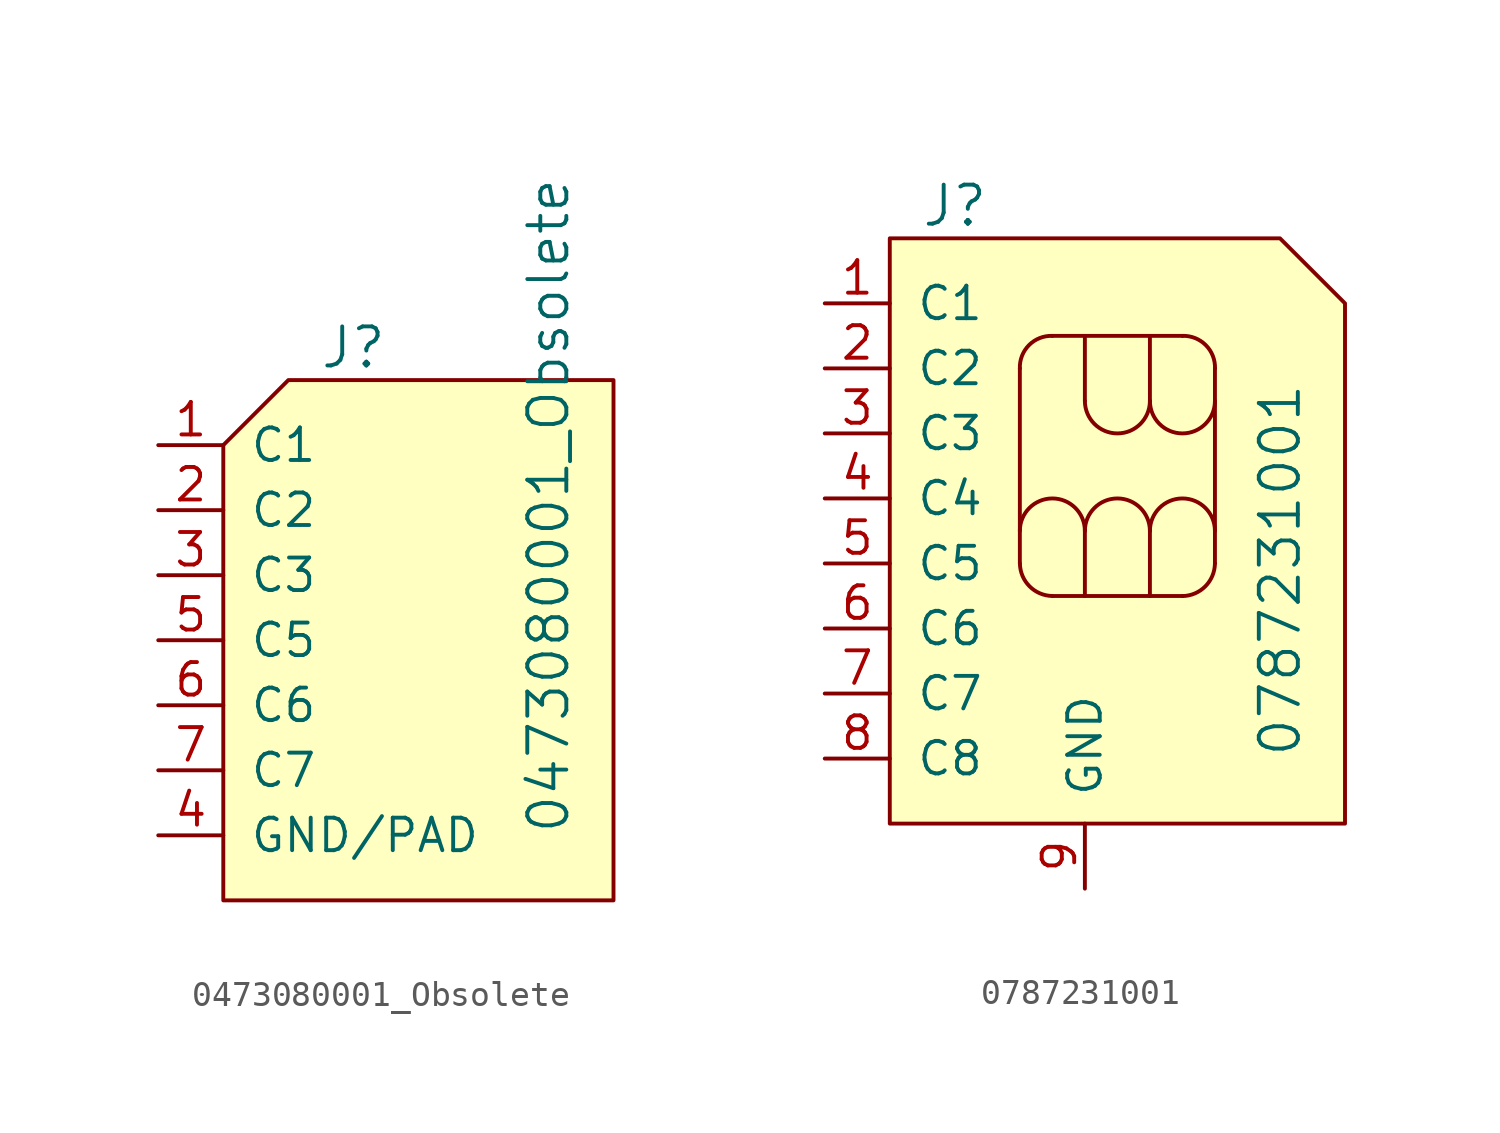
<source format=kicad_sym>
(kicad_symbol_lib
  (version 20220914)
  (generator kicad_symbol_editor)
  (symbol "0473080001_Obsolete"
    (pin_names
      (offset 1.016))
    (property "Reference" "J"
      (at 0 6.35 0)
      (effects (font (size 1.524 1.524))))
    (property "Value" "0473080001_Obsolete"
      (at 7.62 -12.7 90)
      (effects (font (size 1.524 1.524)) (justify left)))
    (symbol "0473080001_Obsolete_0_1"
      (polyline (pts (xy -5.08 2.54) (xy -2.54 5.08) (xy 10.16 5.08) (xy 10.16 -2.54) (xy 10.16 -7.62) (xy 10.16 -15.24) (xy -5.08 -15.24) (xy -5.08 2.54)) (stroke (width 0) (type default)) (fill (type background))))
    (symbol "0473080001_Obsolete_1_1"
      (pin bidirectional line (at -7.62 2.54 0) (length 2.54) (name "C1" (effects (font (size 1.27 1.27)))) (number "1" (effects (font (size 1.27 1.27)))))
      (pin bidirectional line (at -7.62 0 0) (length 2.54) (name "C2" (effects (font (size 1.27 1.27)))) (number "2" (effects (font (size 1.27 1.27)))))
      (pin bidirectional line (at -7.62 -2.54 0) (length 2.54) (name "C3" (effects (font (size 1.27 1.27)))) (number "3" (effects (font (size 1.27 1.27)))))
      (pin power_in line (at -7.62 -12.7 0) (length 2.54) (name "GND/PAD" (effects (font (size 1.27 1.27)))) (number "4" (effects (font (size 1.27 1.27)))))
      (pin bidirectional line (at -7.62 -5.08 0) (length 2.54) (name "C5" (effects (font (size 1.27 1.27)))) (number "5" (effects (font (size 1.27 1.27)))))
      (pin bidirectional line (at -7.62 -7.62 0) (length 2.54) (name "C6" (effects (font (size 1.27 1.27)))) (number "6" (effects (font (size 1.27 1.27)))))
      (pin bidirectional line (at -7.62 -10.16 0) (length 2.54) (name "C7" (effects (font (size 1.27 1.27)))) (number "7" (effects (font (size 1.27 1.27)))))))
  (symbol "0787231001"
    (pin_names
      (offset 1.016))
    (property "Reference" "J"
      (at -7.62 8.89 0)
      (effects (font (size 1.524 1.524))))
    (property "Value" "0787231001"
      (at 5.08 -12.7 90)
      (effects (font (size 1.524 1.524)) (justify left)))
    (symbol "0787231001_1_1"
      (arc (start -5.08 -5.08) (mid -4.7066 -5.9688) (end -3.81 -6.35) (stroke (width 0) (type default)) (fill (type none)))
      (arc (start -3.81 3.81) (mid -4.7246 3.4471) (end -5.08 2.54) (stroke (width 0) (type default)) (fill (type none)))
      (arc (start -2.54 -3.81) (mid -3.81 -2.5455) (end -5.08 -3.81) (stroke (width 0) (type default)) (fill (type none)))
      (arc (start -2.54 1.27) (mid -1.27 0.0055) (end 0 1.27) (stroke (width 0) (type default)) (fill (type none)))
      (arc (start 0 -3.81) (mid -1.27 -2.5455) (end -2.54 -3.81) (stroke (width 0) (type default)) (fill (type none)))
      (polyline (pts (xy -5.08 2.54) (xy -5.08 -5.08)) (stroke (width 0) (type default)) (fill (type none)))
      (polyline (pts (xy -3.81 3.81) (xy 1.27 3.81)) (stroke (width 0) (type default)) (fill (type none)))
      (polyline (pts (xy -2.54 -3.81) (xy -2.54 -6.35)) (stroke (width 0) (type default)) (fill (type none)))
      (polyline (pts (xy -2.54 3.81) (xy -2.54 1.27)) (stroke (width 0) (type default)) (fill (type none)))
      (polyline (pts (xy 0 -6.35) (xy 0 -3.81)) (stroke (width 0) (type default)) (fill (type none)))
      (polyline (pts (xy 0 3.81) (xy 0 1.27)) (stroke (width 0) (type default)) (fill (type none)))
      (polyline (pts (xy 1.27 -6.35) (xy -3.81 -6.35)) (stroke (width 0) (type default)) (fill (type none)))
      (polyline (pts (xy 2.54 2.54) (xy 2.54 -5.08)) (stroke (width 0) (type default)) (fill (type none)))
      (polyline (pts (xy -10.16 7.62) (xy -10.16 -15.24) (xy 7.62 -15.24) (xy 7.62 -7.62) (xy 7.62 5.08) (xy 5.08 7.62) (xy -10.16 7.62)) (stroke (width 0) (type default)) (fill (type background)))
      (arc (start 0 1.27) (mid 1.27 0.0055) (end 2.54 1.27) (stroke (width 0) (type default)) (fill (type none)))
      (arc (start 1.27 -6.35) (mid 2.1588 -5.9766) (end 2.54 -5.08) (stroke (width 0) (type default)) (fill (type none)))
      (arc (start 2.54 -3.81) (mid 1.27 -2.5455) (end 0 -3.81) (stroke (width 0) (type default)) (fill (type none)))
      (arc (start 2.54 2.54) (mid 2.1771 3.4546) (end 1.27 3.81) (stroke (width 0) (type default)) (fill (type none)))
      (pin bidirectional line (at -12.7 5.08 0) (length 2.54) (name "C1" (effects (font (size 1.27 1.27)))) (number "1" (effects (font (size 1.27 1.27)))))
      (pin bidirectional line (at -12.7 2.54 0) (length 2.54) (name "C2" (effects (font (size 1.27 1.27)))) (number "2" (effects (font (size 1.27 1.27)))))
      (pin bidirectional line (at -12.7 0 0) (length 2.54) (name "C3" (effects (font (size 1.27 1.27)))) (number "3" (effects (font (size 1.27 1.27)))))
      (pin bidirectional line (at -12.7 -2.54 0) (length 2.54) (name "C4" (effects (font (size 1.27 1.27)))) (number "4" (effects (font (size 1.27 1.27)))))
      (pin bidirectional line (at -12.7 -5.08 0) (length 2.54) (name "C5" (effects (font (size 1.27 1.27)))) (number "5" (effects (font (size 1.27 1.27)))))
      (pin bidirectional line (at -12.7 -7.62 0) (length 2.54) (name "C6" (effects (font (size 1.27 1.27)))) (number "6" (effects (font (size 1.27 1.27)))))
      (pin bidirectional line (at -12.7 -10.16 0) (length 2.54) (name "C7" (effects (font (size 1.27 1.27)))) (number "7" (effects (font (size 1.27 1.27)))))
      (pin bidirectional line (at -12.7 -12.7 0) (length 2.54) (name "C8" (effects (font (size 1.27 1.27)))) (number "8" (effects (font (size 1.27 1.27)))))
      (pin power_in line (at -2.54 -17.78 90) (length 2.54) (name "GND" (effects (font (size 1.27 1.27)))) (number "9" (effects (font (size 1.27 1.27))))))))
</source>
